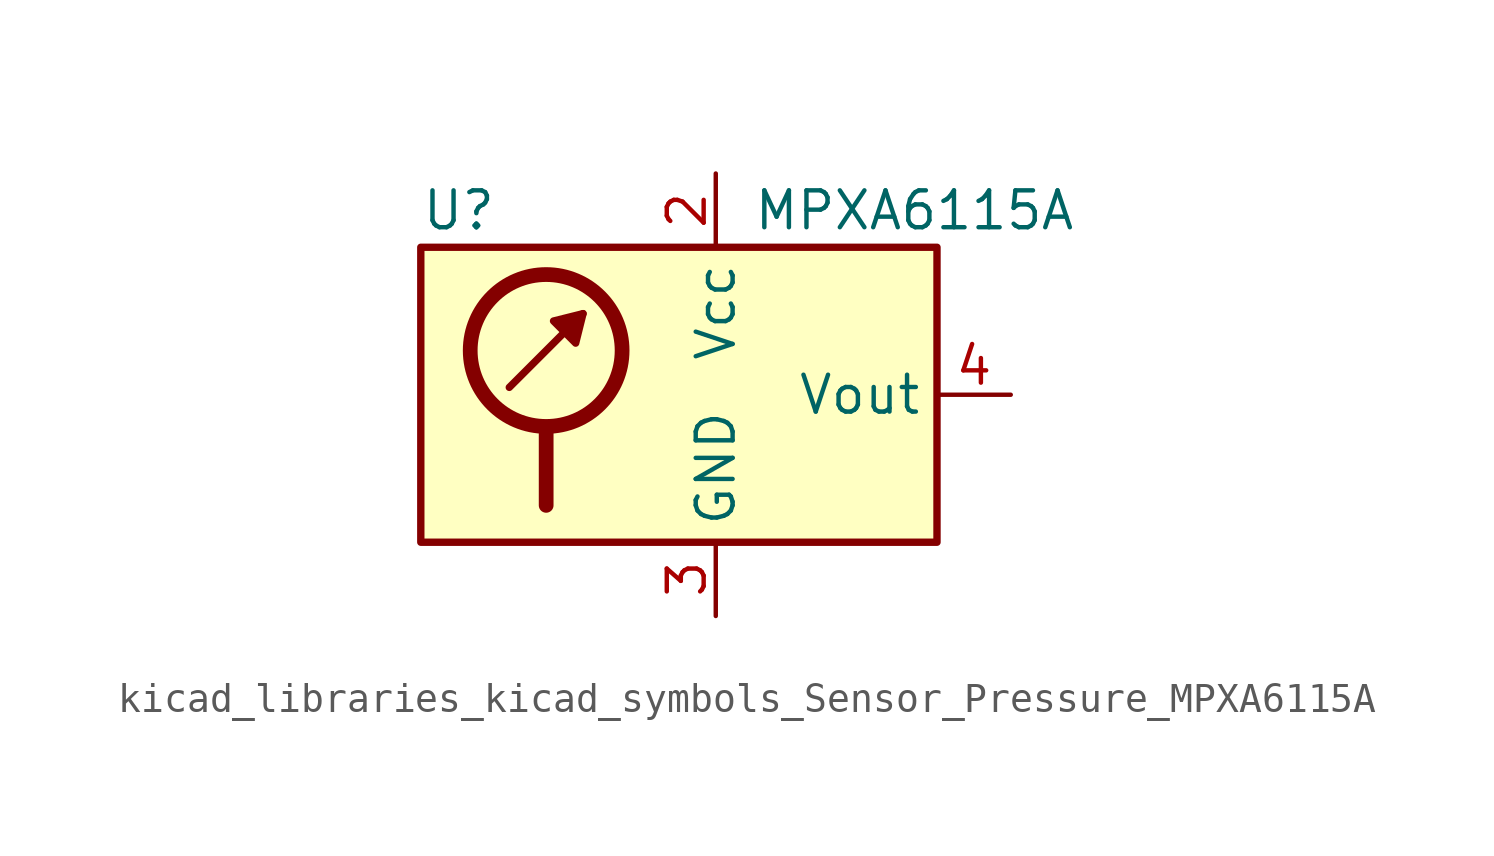
<source format=kicad_sym>
(kicad_symbol_lib
  (version 20220914)
  (generator kicad_symbol_editor)
  (symbol "kicad_libraries_kicad_symbols_Sensor_Pressure_MPXA6115A"
    (property "Reference" "U"
      (at -10.16 6.35 0)
      (effects (font (size 1.27 1.27)) (justify left)))
    (property "Value" "MPXA6115A"
      (at 1.27 6.35 0)
      (effects (font (size 1.27 1.27)) (justify left)))
    (symbol "kicad_libraries_kicad_symbols_Sensor_Pressure_MPXA6115A_0_1"
      (circle (center -5.842 1.524) (radius 2.616) (stroke (width 0.508) (type default)) (fill (type none)))
      (polyline (pts (xy -7.112 0.254) (xy -4.572 2.794)) (stroke (width 0.254) (type default)) (fill (type none)))
      (polyline (pts (xy -5.842 -1.27) (xy -5.842 -3.81)) (stroke (width 0.508) (type default)) (fill (type none)))
      (polyline (pts (xy -4.572 2.794) (xy -4.826 1.778) (xy -5.588 2.54) (xy -4.572 2.794)) (stroke (width 0.254) (type default)) (fill (type outline)))
      (rectangle (start 7.62 5.08) (end -10.16 -5.08) (stroke (width 0.254) (type default)) (fill (type background))))
    (symbol "kicad_libraries_kicad_symbols_Sensor_Pressure_MPXA6115A_1_1"
      (pin no_connect line (at 5.08 -5.08 90) (length 2.54) hide (name "NC" (effects (font (size 1.27 1.27)))) (number "1" (effects (font (size 1.27 1.27)))))
      (pin power_in line (at 0 7.62 270) (length 2.54) (name "Vcc" (effects (font (size 1.27 1.27)))) (number "2" (effects (font (size 1.27 1.27)))))
      (pin power_in line (at 0 -7.62 90) (length 2.54) (name "GND" (effects (font (size 1.27 1.27)))) (number "3" (effects (font (size 1.27 1.27)))))
      (pin output line (at 10.16 0 180) (length 2.54) (name "Vout" (effects (font (size 1.27 1.27)))) (number "4" (effects (font (size 1.27 1.27)))))
      (pin no_connect line (at -7.62 -5.08 90) (length 2.54) hide (name "NC" (effects (font (size 1.27 1.27)))) (number "5" (effects (font (size 1.27 1.27)))))
      (pin no_connect line (at -5.08 -5.08 90) (length 2.54) hide (name "NC" (effects (font (size 1.27 1.27)))) (number "6" (effects (font (size 1.27 1.27)))))
      (pin no_connect line (at -2.54 -5.08 90) (length 2.54) hide (name "NC" (effects (font (size 1.27 1.27)))) (number "7" (effects (font (size 1.27 1.27)))))
      (pin no_connect line (at 2.54 -5.08 90) (length 2.54) hide (name "NC" (effects (font (size 1.27 1.27)))) (number "8" (effects (font (size 1.27 1.27))))))))
</source>
